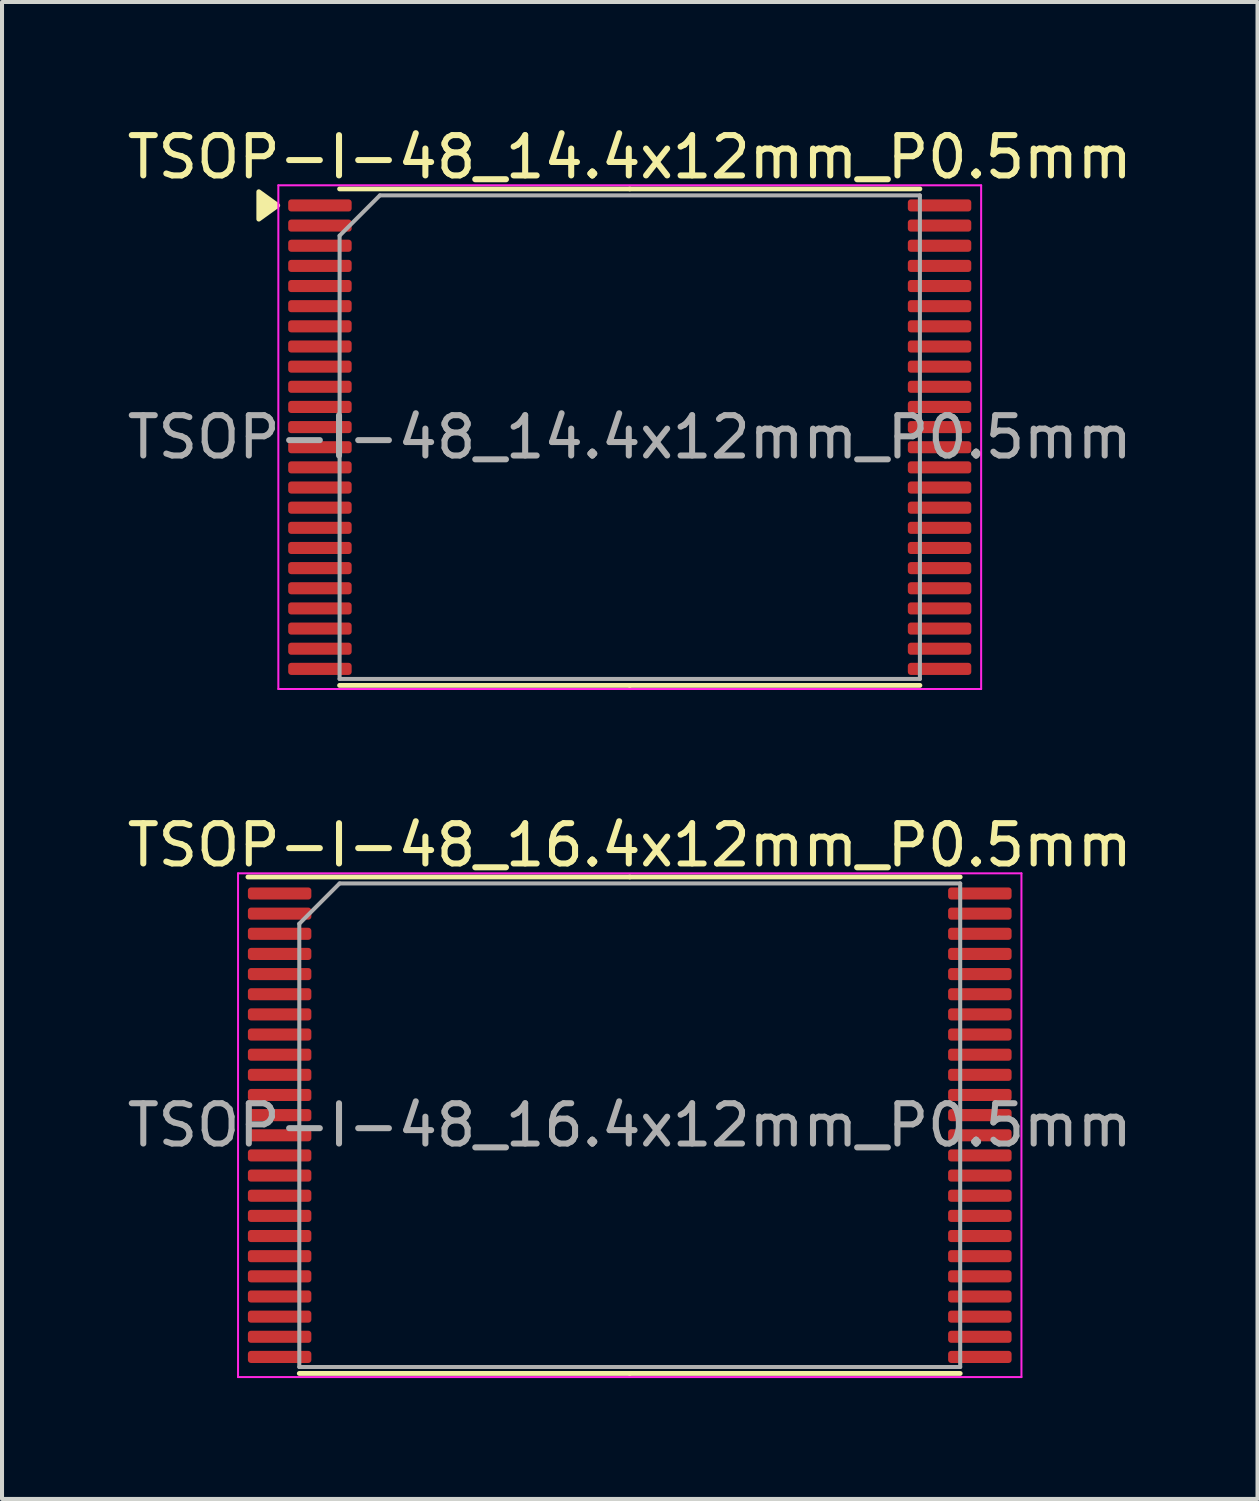
<source format=kicad_pcb>
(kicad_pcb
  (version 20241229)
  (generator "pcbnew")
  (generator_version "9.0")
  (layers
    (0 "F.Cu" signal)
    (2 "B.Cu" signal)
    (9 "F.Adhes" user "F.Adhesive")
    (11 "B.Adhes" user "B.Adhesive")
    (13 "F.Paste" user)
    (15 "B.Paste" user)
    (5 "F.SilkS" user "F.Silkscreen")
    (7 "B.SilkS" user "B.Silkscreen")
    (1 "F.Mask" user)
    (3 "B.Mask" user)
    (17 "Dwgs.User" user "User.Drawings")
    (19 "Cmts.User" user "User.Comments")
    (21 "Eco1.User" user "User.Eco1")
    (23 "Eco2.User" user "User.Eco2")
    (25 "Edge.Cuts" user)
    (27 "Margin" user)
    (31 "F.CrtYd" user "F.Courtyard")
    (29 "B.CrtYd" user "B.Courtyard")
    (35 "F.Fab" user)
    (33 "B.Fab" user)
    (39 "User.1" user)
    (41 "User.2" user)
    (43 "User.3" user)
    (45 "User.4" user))
  (footprint "TSOP-I-48_14.4x12mm_P0.5mm"
    (layer "F.Cu")
    (at 12.577 7.798)
    (property "Reference" "TSOP-I-48_14.4x12mm_P0.5mm" (at 0 -6.95 0) (layer "F.SilkS") (effects (font (size 1 1) (thickness 0.15))))
    (attr smd)
    (fp_line (start 0 -6.16) (end -7.2 -6.16) (stroke (width 0.12) (type solid)) (layer "F.SilkS"))
    (fp_line (start 0 -6.16) (end 7.2 -6.16) (stroke (width 0.12) (type solid)) (layer "F.SilkS"))
    (fp_line (start 0 6.16) (end -7.2 6.16) (stroke (width 0.12) (type solid)) (layer "F.SilkS"))
    (fp_line (start 0 6.16) (end 7.2 6.16) (stroke (width 0.12) (type solid)) (layer "F.SilkS"))
    (fp_poly (pts (xy -8.735 -5.75) (xy -9.205 -6.09) (xy -9.205 -5.41) (xy -8.735 -5.75)) (stroke (width 0.12) (type solid)) (fill yes) (layer "F.SilkS"))
    (fp_line (start -8.72 -6.25) (end -8.72 6.25) (stroke (width 0.05) (type solid)) (layer "F.CrtYd"))
    (fp_line (start -8.72 6.25) (end 8.72 6.25) (stroke (width 0.05) (type solid)) (layer "F.CrtYd"))
    (fp_line (start 8.72 -6.25) (end -8.72 -6.25) (stroke (width 0.05) (type solid)) (layer "F.CrtYd"))
    (fp_line (start 8.72 6.25) (end 8.72 -6.25) (stroke (width 0.05) (type solid)) (layer "F.CrtYd"))
    (fp_line (start -7.2 -5) (end -6.2 -6) (stroke (width 0.1) (type solid)) (layer "F.Fab"))
    (fp_line (start -7.2 6) (end -7.2 -5) (stroke (width 0.1) (type solid)) (layer "F.Fab"))
    (fp_line (start -6.2 -6) (end 7.2 -6) (stroke (width 0.1) (type solid)) (layer "F.Fab"))
    (fp_line (start 7.2 -6) (end 7.2 6) (stroke (width 0.1) (type solid)) (layer "F.Fab"))
    (fp_line (start 7.2 6) (end -7.2 6) (stroke (width 0.1) (type solid)) (layer "F.Fab"))
    (fp_text user "${REFERENCE}" (at 0 0 0) (layer "F.Fab") (effects (font (size 1 1) (thickness 0.15))))
    (pad "1" smd roundrect (at -7.688 -5.75) (size 1.575 0.3) (layers "F.Cu" "F.Mask" "F.Paste") (roundrect_rratio 0.25))
    (pad "2" smd roundrect (at -7.688 -5.25) (size 1.575 0.3) (layers "F.Cu" "F.Mask" "F.Paste") (roundrect_rratio 0.25))
    (pad "3" smd roundrect (at -7.688 -4.75) (size 1.575 0.3) (layers "F.Cu" "F.Mask" "F.Paste") (roundrect_rratio 0.25))
    (pad "4" smd roundrect (at -7.688 -4.25) (size 1.575 0.3) (layers "F.Cu" "F.Mask" "F.Paste") (roundrect_rratio 0.25))
    (pad "5" smd roundrect (at -7.688 -3.75) (size 1.575 0.3) (layers "F.Cu" "F.Mask" "F.Paste") (roundrect_rratio 0.25))
    (pad "6" smd roundrect (at -7.688 -3.25) (size 1.575 0.3) (layers "F.Cu" "F.Mask" "F.Paste") (roundrect_rratio 0.25))
    (pad "7" smd roundrect (at -7.688 -2.75) (size 1.575 0.3) (layers "F.Cu" "F.Mask" "F.Paste") (roundrect_rratio 0.25))
    (pad "8" smd roundrect (at -7.688 -2.25) (size 1.575 0.3) (layers "F.Cu" "F.Mask" "F.Paste") (roundrect_rratio 0.25))
    (pad "9" smd roundrect (at -7.688 -1.75) (size 1.575 0.3) (layers "F.Cu" "F.Mask" "F.Paste") (roundrect_rratio 0.25))
    (pad "10" smd roundrect (at -7.688 -1.25) (size 1.575 0.3) (layers "F.Cu" "F.Mask" "F.Paste") (roundrect_rratio 0.25))
    (pad "11" smd roundrect (at -7.688 -0.75) (size 1.575 0.3) (layers "F.Cu" "F.Mask" "F.Paste") (roundrect_rratio 0.25))
    (pad "12" smd roundrect (at -7.688 -0.25) (size 1.575 0.3) (layers "F.Cu" "F.Mask" "F.Paste") (roundrect_rratio 0.25))
    (pad "13" smd roundrect (at -7.688 0.25) (size 1.575 0.3) (layers "F.Cu" "F.Mask" "F.Paste") (roundrect_rratio 0.25))
    (pad "14" smd roundrect (at -7.688 0.75) (size 1.575 0.3) (layers "F.Cu" "F.Mask" "F.Paste") (roundrect_rratio 0.25))
    (pad "15" smd roundrect (at -7.688 1.25) (size 1.575 0.3) (layers "F.Cu" "F.Mask" "F.Paste") (roundrect_rratio 0.25))
    (pad "16" smd roundrect (at -7.688 1.75) (size 1.575 0.3) (layers "F.Cu" "F.Mask" "F.Paste") (roundrect_rratio 0.25))
    (pad "17" smd roundrect (at -7.688 2.25) (size 1.575 0.3) (layers "F.Cu" "F.Mask" "F.Paste") (roundrect_rratio 0.25))
    (pad "18" smd roundrect (at -7.688 2.75) (size 1.575 0.3) (layers "F.Cu" "F.Mask" "F.Paste") (roundrect_rratio 0.25))
    (pad "19" smd roundrect (at -7.688 3.25) (size 1.575 0.3) (layers "F.Cu" "F.Mask" "F.Paste") (roundrect_rratio 0.25))
    (pad "20" smd roundrect (at -7.688 3.75) (size 1.575 0.3) (layers "F.Cu" "F.Mask" "F.Paste") (roundrect_rratio 0.25))
    (pad "21" smd roundrect (at -7.688 4.25) (size 1.575 0.3) (layers "F.Cu" "F.Mask" "F.Paste") (roundrect_rratio 0.25))
    (pad "22" smd roundrect (at -7.688 4.75) (size 1.575 0.3) (layers "F.Cu" "F.Mask" "F.Paste") (roundrect_rratio 0.25))
    (pad "23" smd roundrect (at -7.688 5.25) (size 1.575 0.3) (layers "F.Cu" "F.Mask" "F.Paste") (roundrect_rratio 0.25))
    (pad "24" smd roundrect (at -7.688 5.75) (size 1.575 0.3) (layers "F.Cu" "F.Mask" "F.Paste") (roundrect_rratio 0.25))
    (pad "25" smd roundrect (at 7.688 5.75) (size 1.575 0.3) (layers "F.Cu" "F.Mask" "F.Paste") (roundrect_rratio 0.25))
    (pad "26" smd roundrect (at 7.688 5.25) (size 1.575 0.3) (layers "F.Cu" "F.Mask" "F.Paste") (roundrect_rratio 0.25))
    (pad "27" smd roundrect (at 7.688 4.75) (size 1.575 0.3) (layers "F.Cu" "F.Mask" "F.Paste") (roundrect_rratio 0.25))
    (pad "28" smd roundrect (at 7.688 4.25) (size 1.575 0.3) (layers "F.Cu" "F.Mask" "F.Paste") (roundrect_rratio 0.25))
    (pad "29" smd roundrect (at 7.688 3.75) (size 1.575 0.3) (layers "F.Cu" "F.Mask" "F.Paste") (roundrect_rratio 0.25))
    (pad "30" smd roundrect (at 7.688 3.25) (size 1.575 0.3) (layers "F.Cu" "F.Mask" "F.Paste") (roundrect_rratio 0.25))
    (pad "31" smd roundrect (at 7.688 2.75) (size 1.575 0.3) (layers "F.Cu" "F.Mask" "F.Paste") (roundrect_rratio 0.25))
    (pad "32" smd roundrect (at 7.688 2.25) (size 1.575 0.3) (layers "F.Cu" "F.Mask" "F.Paste") (roundrect_rratio 0.25))
    (pad "33" smd roundrect (at 7.688 1.75) (size 1.575 0.3) (layers "F.Cu" "F.Mask" "F.Paste") (roundrect_rratio 0.25))
    (pad "34" smd roundrect (at 7.688 1.25) (size 1.575 0.3) (layers "F.Cu" "F.Mask" "F.Paste") (roundrect_rratio 0.25))
    (pad "35" smd roundrect (at 7.688 0.75) (size 1.575 0.3) (layers "F.Cu" "F.Mask" "F.Paste") (roundrect_rratio 0.25))
    (pad "36" smd roundrect (at 7.688 0.25) (size 1.575 0.3) (layers "F.Cu" "F.Mask" "F.Paste") (roundrect_rratio 0.25))
    (pad "37" smd roundrect (at 7.688 -0.25) (size 1.575 0.3) (layers "F.Cu" "F.Mask" "F.Paste") (roundrect_rratio 0.25))
    (pad "38" smd roundrect (at 7.688 -0.75) (size 1.575 0.3) (layers "F.Cu" "F.Mask" "F.Paste") (roundrect_rratio 0.25))
    (pad "39" smd roundrect (at 7.688 -1.25) (size 1.575 0.3) (layers "F.Cu" "F.Mask" "F.Paste") (roundrect_rratio 0.25))
    (pad "40" smd roundrect (at 7.688 -1.75) (size 1.575 0.3) (layers "F.Cu" "F.Mask" "F.Paste") (roundrect_rratio 0.25))
    (pad "41" smd roundrect (at 7.688 -2.25) (size 1.575 0.3) (layers "F.Cu" "F.Mask" "F.Paste") (roundrect_rratio 0.25))
    (pad "42" smd roundrect (at 7.688 -2.75) (size 1.575 0.3) (layers "F.Cu" "F.Mask" "F.Paste") (roundrect_rratio 0.25))
    (pad "43" smd roundrect (at 7.688 -3.25) (size 1.575 0.3) (layers "F.Cu" "F.Mask" "F.Paste") (roundrect_rratio 0.25))
    (pad "44" smd roundrect (at 7.688 -3.75) (size 1.575 0.3) (layers "F.Cu" "F.Mask" "F.Paste") (roundrect_rratio 0.25))
    (pad "45" smd roundrect (at 7.688 -4.25) (size 1.575 0.3) (layers "F.Cu" "F.Mask" "F.Paste") (roundrect_rratio 0.25))
    (pad "46" smd roundrect (at 7.688 -4.75) (size 1.575 0.3) (layers "F.Cu" "F.Mask" "F.Paste") (roundrect_rratio 0.25))
    (pad "47" smd roundrect (at 7.688 -5.25) (size 1.575 0.3) (layers "F.Cu" "F.Mask" "F.Paste") (roundrect_rratio 0.25))
    (pad "48" smd roundrect (at 7.688 -5.75) (size 1.575 0.3) (layers "F.Cu" "F.Mask" "F.Paste") (roundrect_rratio 0.25)))
  (footprint "TSOP-I-48_16.4x12mm_P0.5mm"
    (layer "F.Cu")
    (at 12.577 24.872)
    (property "Reference" "TSOP-I-48_16.4x12mm_P0.5mm" (at 0 -6.95 0) (layer "F.SilkS") (effects (font (size 1 1) (thickness 0.15))))
    (attr smd)
    (fp_line (start 0 -6.16) (end -9.475 -6.16) (stroke (width 0.12) (type solid)) (layer "F.SilkS"))
    (fp_line (start 0 -6.16) (end 8.2 -6.16) (stroke (width 0.12) (type solid)) (layer "F.SilkS"))
    (fp_line (start 0 6.16) (end -8.2 6.16) (stroke (width 0.12) (type solid)) (layer "F.SilkS"))
    (fp_line (start 0 6.16) (end 8.2 6.16) (stroke (width 0.12) (type solid)) (layer "F.SilkS"))
    (fp_line (start -9.72 -6.25) (end -9.72 6.25) (stroke (width 0.05) (type solid)) (layer "F.CrtYd"))
    (fp_line (start -9.72 6.25) (end 9.72 6.25) (stroke (width 0.05) (type solid)) (layer "F.CrtYd"))
    (fp_line (start 9.72 -6.25) (end -9.72 -6.25) (stroke (width 0.05) (type solid)) (layer "F.CrtYd"))
    (fp_line (start 9.72 6.25) (end 9.72 -6.25) (stroke (width 0.05) (type solid)) (layer "F.CrtYd"))
    (fp_line (start -8.2 -5) (end -7.2 -6) (stroke (width 0.1) (type solid)) (layer "F.Fab"))
    (fp_line (start -8.2 6) (end -8.2 -5) (stroke (width 0.1) (type solid)) (layer "F.Fab"))
    (fp_line (start -7.2 -6) (end 8.2 -6) (stroke (width 0.1) (type solid)) (layer "F.Fab"))
    (fp_line (start 8.2 -6) (end 8.2 6) (stroke (width 0.1) (type solid)) (layer "F.Fab"))
    (fp_line (start 8.2 6) (end -8.2 6) (stroke (width 0.1) (type solid)) (layer "F.Fab"))
    (fp_text user "${REFERENCE}" (at 0 0 0) (layer "F.Fab") (effects (font (size 1 1) (thickness 0.15))))
    (pad "1" smd roundrect (at -8.688 -5.75) (size 1.575 0.3) (layers "F.Cu" "F.Mask" "F.Paste") (roundrect_rratio 0.25))
    (pad "2" smd roundrect (at -8.688 -5.25) (size 1.575 0.3) (layers "F.Cu" "F.Mask" "F.Paste") (roundrect_rratio 0.25))
    (pad "3" smd roundrect (at -8.688 -4.75) (size 1.575 0.3) (layers "F.Cu" "F.Mask" "F.Paste") (roundrect_rratio 0.25))
    (pad "4" smd roundrect (at -8.688 -4.25) (size 1.575 0.3) (layers "F.Cu" "F.Mask" "F.Paste") (roundrect_rratio 0.25))
    (pad "5" smd roundrect (at -8.688 -3.75) (size 1.575 0.3) (layers "F.Cu" "F.Mask" "F.Paste") (roundrect_rratio 0.25))
    (pad "6" smd roundrect (at -8.688 -3.25) (size 1.575 0.3) (layers "F.Cu" "F.Mask" "F.Paste") (roundrect_rratio 0.25))
    (pad "7" smd roundrect (at -8.688 -2.75) (size 1.575 0.3) (layers "F.Cu" "F.Mask" "F.Paste") (roundrect_rratio 0.25))
    (pad "8" smd roundrect (at -8.688 -2.25) (size 1.575 0.3) (layers "F.Cu" "F.Mask" "F.Paste") (roundrect_rratio 0.25))
    (pad "9" smd roundrect (at -8.688 -1.75) (size 1.575 0.3) (layers "F.Cu" "F.Mask" "F.Paste") (roundrect_rratio 0.25))
    (pad "10" smd roundrect (at -8.688 -1.25) (size 1.575 0.3) (layers "F.Cu" "F.Mask" "F.Paste") (roundrect_rratio 0.25))
    (pad "11" smd roundrect (at -8.688 -0.75) (size 1.575 0.3) (layers "F.Cu" "F.Mask" "F.Paste") (roundrect_rratio 0.25))
    (pad "12" smd roundrect (at -8.688 -0.25) (size 1.575 0.3) (layers "F.Cu" "F.Mask" "F.Paste") (roundrect_rratio 0.25))
    (pad "13" smd roundrect (at -8.688 0.25) (size 1.575 0.3) (layers "F.Cu" "F.Mask" "F.Paste") (roundrect_rratio 0.25))
    (pad "14" smd roundrect (at -8.688 0.75) (size 1.575 0.3) (layers "F.Cu" "F.Mask" "F.Paste") (roundrect_rratio 0.25))
    (pad "15" smd roundrect (at -8.688 1.25) (size 1.575 0.3) (layers "F.Cu" "F.Mask" "F.Paste") (roundrect_rratio 0.25))
    (pad "16" smd roundrect (at -8.688 1.75) (size 1.575 0.3) (layers "F.Cu" "F.Mask" "F.Paste") (roundrect_rratio 0.25))
    (pad "17" smd roundrect (at -8.688 2.25) (size 1.575 0.3) (layers "F.Cu" "F.Mask" "F.Paste") (roundrect_rratio 0.25))
    (pad "18" smd roundrect (at -8.688 2.75) (size 1.575 0.3) (layers "F.Cu" "F.Mask" "F.Paste") (roundrect_rratio 0.25))
    (pad "19" smd roundrect (at -8.688 3.25) (size 1.575 0.3) (layers "F.Cu" "F.Mask" "F.Paste") (roundrect_rratio 0.25))
    (pad "20" smd roundrect (at -8.688 3.75) (size 1.575 0.3) (layers "F.Cu" "F.Mask" "F.Paste") (roundrect_rratio 0.25))
    (pad "21" smd roundrect (at -8.688 4.25) (size 1.575 0.3) (layers "F.Cu" "F.Mask" "F.Paste") (roundrect_rratio 0.25))
    (pad "22" smd roundrect (at -8.688 4.75) (size 1.575 0.3) (layers "F.Cu" "F.Mask" "F.Paste") (roundrect_rratio 0.25))
    (pad "23" smd roundrect (at -8.688 5.25) (size 1.575 0.3) (layers "F.Cu" "F.Mask" "F.Paste") (roundrect_rratio 0.25))
    (pad "24" smd roundrect (at -8.688 5.75) (size 1.575 0.3) (layers "F.Cu" "F.Mask" "F.Paste") (roundrect_rratio 0.25))
    (pad "25" smd roundrect (at 8.688 5.75) (size 1.575 0.3) (layers "F.Cu" "F.Mask" "F.Paste") (roundrect_rratio 0.25))
    (pad "26" smd roundrect (at 8.688 5.25) (size 1.575 0.3) (layers "F.Cu" "F.Mask" "F.Paste") (roundrect_rratio 0.25))
    (pad "27" smd roundrect (at 8.688 4.75) (size 1.575 0.3) (layers "F.Cu" "F.Mask" "F.Paste") (roundrect_rratio 0.25))
    (pad "28" smd roundrect (at 8.688 4.25) (size 1.575 0.3) (layers "F.Cu" "F.Mask" "F.Paste") (roundrect_rratio 0.25))
    (pad "29" smd roundrect (at 8.688 3.75) (size 1.575 0.3) (layers "F.Cu" "F.Mask" "F.Paste") (roundrect_rratio 0.25))
    (pad "30" smd roundrect (at 8.688 3.25) (size 1.575 0.3) (layers "F.Cu" "F.Mask" "F.Paste") (roundrect_rratio 0.25))
    (pad "31" smd roundrect (at 8.688 2.75) (size 1.575 0.3) (layers "F.Cu" "F.Mask" "F.Paste") (roundrect_rratio 0.25))
    (pad "32" smd roundrect (at 8.688 2.25) (size 1.575 0.3) (layers "F.Cu" "F.Mask" "F.Paste") (roundrect_rratio 0.25))
    (pad "33" smd roundrect (at 8.688 1.75) (size 1.575 0.3) (layers "F.Cu" "F.Mask" "F.Paste") (roundrect_rratio 0.25))
    (pad "34" smd roundrect (at 8.688 1.25) (size 1.575 0.3) (layers "F.Cu" "F.Mask" "F.Paste") (roundrect_rratio 0.25))
    (pad "35" smd roundrect (at 8.688 0.75) (size 1.575 0.3) (layers "F.Cu" "F.Mask" "F.Paste") (roundrect_rratio 0.25))
    (pad "36" smd roundrect (at 8.688 0.25) (size 1.575 0.3) (layers "F.Cu" "F.Mask" "F.Paste") (roundrect_rratio 0.25))
    (pad "37" smd roundrect (at 8.688 -0.25) (size 1.575 0.3) (layers "F.Cu" "F.Mask" "F.Paste") (roundrect_rratio 0.25))
    (pad "38" smd roundrect (at 8.688 -0.75) (size 1.575 0.3) (layers "F.Cu" "F.Mask" "F.Paste") (roundrect_rratio 0.25))
    (pad "39" smd roundrect (at 8.688 -1.25) (size 1.575 0.3) (layers "F.Cu" "F.Mask" "F.Paste") (roundrect_rratio 0.25))
    (pad "40" smd roundrect (at 8.688 -1.75) (size 1.575 0.3) (layers "F.Cu" "F.Mask" "F.Paste") (roundrect_rratio 0.25))
    (pad "41" smd roundrect (at 8.688 -2.25) (size 1.575 0.3) (layers "F.Cu" "F.Mask" "F.Paste") (roundrect_rratio 0.25))
    (pad "42" smd roundrect (at 8.688 -2.75) (size 1.575 0.3) (layers "F.Cu" "F.Mask" "F.Paste") (roundrect_rratio 0.25))
    (pad "43" smd roundrect (at 8.688 -3.25) (size 1.575 0.3) (layers "F.Cu" "F.Mask" "F.Paste") (roundrect_rratio 0.25))
    (pad "44" smd roundrect (at 8.688 -3.75) (size 1.575 0.3) (layers "F.Cu" "F.Mask" "F.Paste") (roundrect_rratio 0.25))
    (pad "45" smd roundrect (at 8.688 -4.25) (size 1.575 0.3) (layers "F.Cu" "F.Mask" "F.Paste") (roundrect_rratio 0.25))
    (pad "46" smd roundrect (at 8.688 -4.75) (size 1.575 0.3) (layers "F.Cu" "F.Mask" "F.Paste") (roundrect_rratio 0.25))
    (pad "47" smd roundrect (at 8.688 -5.25) (size 1.575 0.3) (layers "F.Cu" "F.Mask" "F.Paste") (roundrect_rratio 0.25))
    (pad "48" smd roundrect (at 8.688 -5.75) (size 1.575 0.3) (layers "F.Cu" "F.Mask" "F.Paste") (roundrect_rratio 0.25)))
  (gr_rect
    (start -3 -3)
    (end 28.155 34.147)
    (stroke (width 0.1) (type default))
    (fill no)
    (layer "Edge.Cuts")))
</source>
